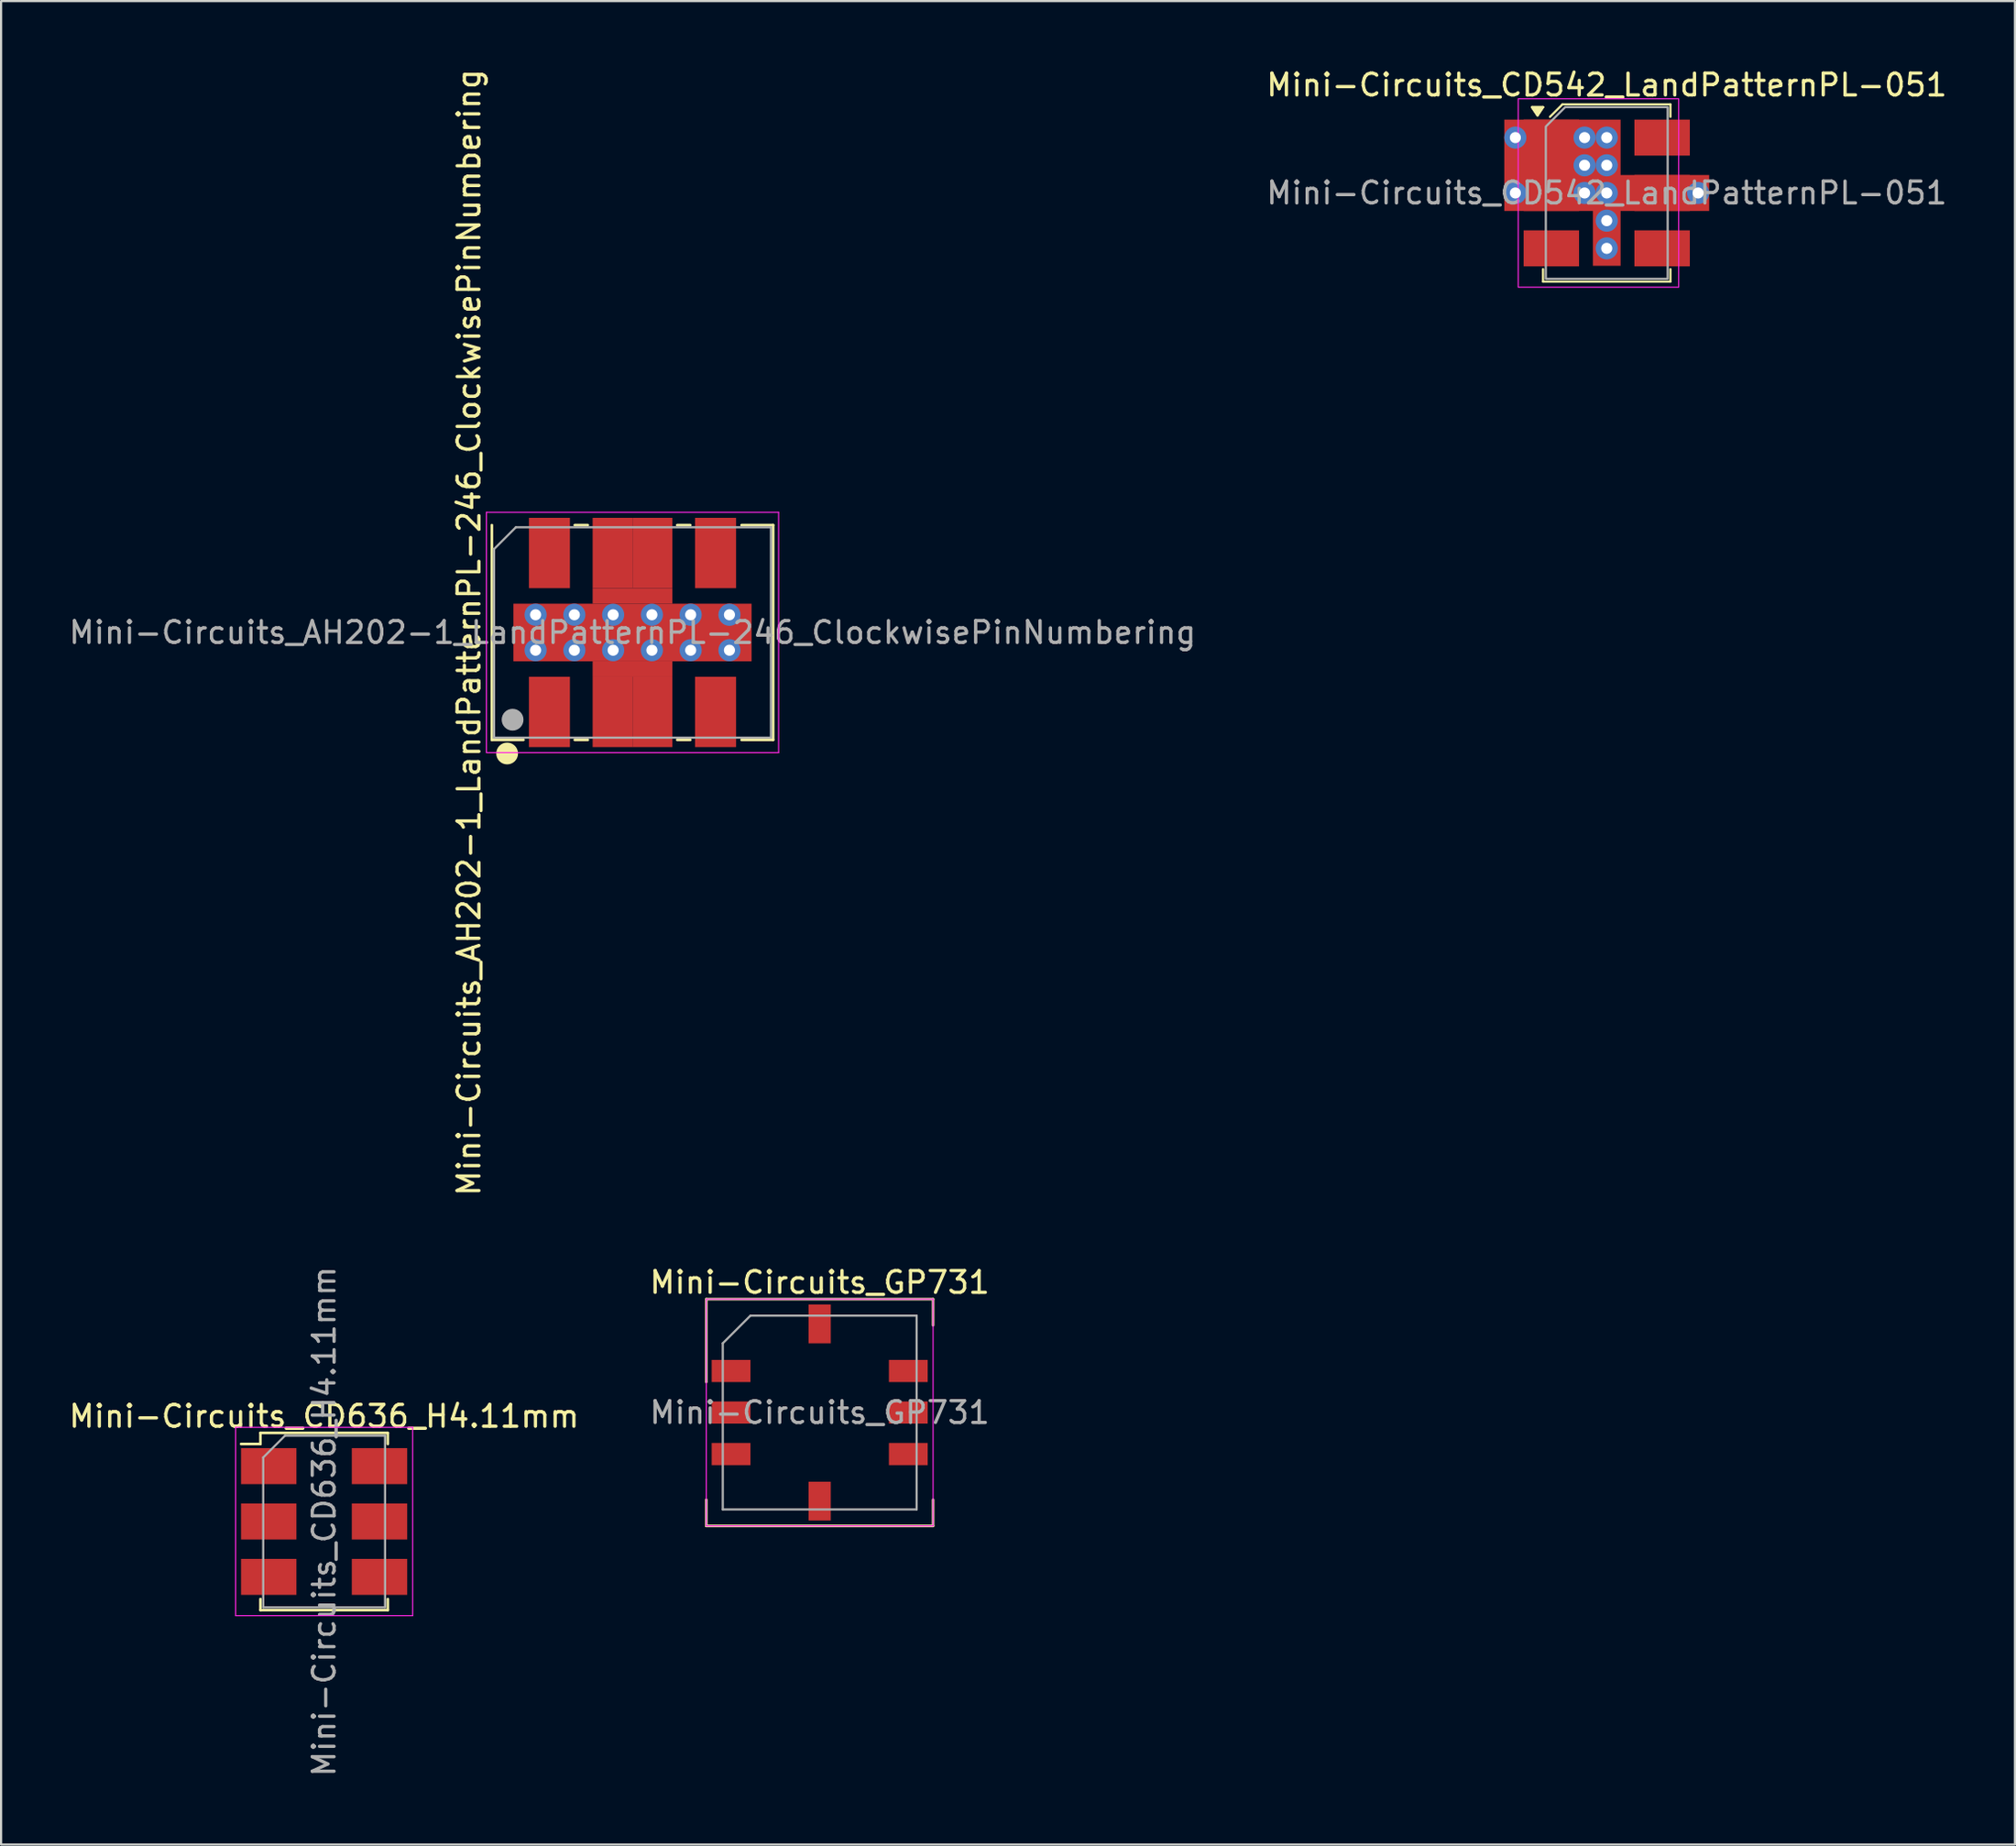
<source format=kicad_pcb>
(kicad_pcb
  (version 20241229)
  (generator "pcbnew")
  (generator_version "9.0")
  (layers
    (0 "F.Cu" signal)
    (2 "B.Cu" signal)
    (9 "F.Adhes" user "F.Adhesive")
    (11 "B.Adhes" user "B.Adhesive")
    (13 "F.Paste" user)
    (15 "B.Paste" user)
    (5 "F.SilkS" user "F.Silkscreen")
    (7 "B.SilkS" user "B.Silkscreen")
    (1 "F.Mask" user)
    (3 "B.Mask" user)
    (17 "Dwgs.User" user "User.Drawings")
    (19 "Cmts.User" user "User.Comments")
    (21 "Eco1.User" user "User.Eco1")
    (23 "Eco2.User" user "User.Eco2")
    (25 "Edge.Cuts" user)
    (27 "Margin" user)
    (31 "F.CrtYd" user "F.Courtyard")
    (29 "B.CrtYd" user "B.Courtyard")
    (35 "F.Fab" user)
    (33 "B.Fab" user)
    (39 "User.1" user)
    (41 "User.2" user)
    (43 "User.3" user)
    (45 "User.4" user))
  (footprint "Mini-Circuits_CD636_H4.11mm"
    (layer "F.Cu")
    (at 11.815 66.732)
    (property "Reference" "Mini-Circuits_CD636_H4.11mm" (at 0 -4.826 0) (layer "F.SilkS") (effects (font (size 1 1) (thickness 0.15))))
    (attr smd)
    (fp_line (start -2.921 -4.064) (end -2.921 -3.556) (stroke (width 0.12) (type solid)) (layer "F.SilkS"))
    (fp_line (start -2.921 -3.556) (end -3.81 -3.556) (stroke (width 0.12) (type solid)) (layer "F.SilkS"))
    (fp_line (start -2.921 3.556) (end -2.921 4.064) (stroke (width 0.12) (type solid)) (layer "F.SilkS"))
    (fp_line (start -2.921 4.064) (end 2.921 4.064) (stroke (width 0.12) (type solid)) (layer "F.SilkS"))
    (fp_line (start 2.921 -4.064) (end -2.921 -4.064) (stroke (width 0.12) (type solid)) (layer "F.SilkS"))
    (fp_line (start 2.921 -3.556) (end 2.921 -4.064) (stroke (width 0.12) (type solid)) (layer "F.SilkS"))
    (fp_line (start 2.921 4.064) (end 2.921 3.556) (stroke (width 0.12) (type solid)) (layer "F.SilkS"))
    (fp_line (start -4.06 4.32) (end -4.06 -4.32) (stroke (width 0.05) (type solid)) (layer "F.CrtYd"))
    (fp_line (start 4.06 -4.32) (end -4.06 -4.32) (stroke (width 0.05) (type solid)) (layer "F.CrtYd"))
    (fp_line (start 4.06 4.32) (end -4.06 4.32) (stroke (width 0.05) (type solid)) (layer "F.CrtYd"))
    (fp_line (start 4.06 4.32) (end 4.06 -4.32) (stroke (width 0.05) (type solid)) (layer "F.CrtYd"))
    (fp_line (start -2.794 3.937) (end -2.794 -2.937) (stroke (width 0.1) (type solid)) (layer "F.Fab"))
    (fp_line (start -1.794 -3.937) (end -2.794 -2.937) (stroke (width 0.1) (type solid)) (layer "F.Fab"))
    (fp_line (start -1.794 -3.937) (end 2.794 -3.937) (stroke (width 0.1) (type solid)) (layer "F.Fab"))
    (fp_line (start 2.794 -3.937) (end 2.794 3.937) (stroke (width 0.1) (type solid)) (layer "F.Fab"))
    (fp_line (start 2.794 3.937) (end -2.794 3.937) (stroke (width 0.1) (type solid)) (layer "F.Fab"))
    (fp_text user "${REFERENCE}" (at 0 0 90) (layer "F.Fab") (effects (font (size 1 1) (thickness 0.15))))
    (pad "1" smd rect (at -2.54 -2.54) (size 2.54 1.65) (layers "F.Cu" "F.Mask" "F.Paste"))
    (pad "2" smd rect (at -2.54 0) (size 2.54 1.65) (layers "F.Cu" "F.Mask" "F.Paste"))
    (pad "3" smd rect (at -2.54 2.54) (size 2.54 1.65) (layers "F.Cu" "F.Mask" "F.Paste"))
    (pad "4" smd rect (at 2.54 2.54) (size 2.54 1.65) (layers "F.Cu" "F.Mask" "F.Paste"))
    (pad "5" smd rect (at 2.54 0) (size 2.54 1.65) (layers "F.Cu" "F.Mask" "F.Paste"))
    (pad "6" smd rect (at 2.54 -2.54) (size 2.54 1.65) (layers "F.Cu" "F.Mask" "F.Paste")))
  (footprint "Mini-Circuits_AH202-1_LandPatternPL-246_ClockwisePinNumbering"
    (layer "F.Cu")
    (at 25.958 25.958)
    (property "Reference" "Mini-Circuits_AH202-1_LandPatternPL-246_ClockwisePinNumbering" (at -7.5 0 90) (layer "F.SilkS") (effects (font (size 1 1) (thickness 0.15))))
    (attr smd)
    (fp_line (start -6.45 -4.925) (end -6.45 4.925) (stroke (width 0.12) (type solid)) (layer "F.SilkS"))
    (fp_line (start -6.45 4.925) (end -5 4.925) (stroke (width 0.12) (type solid)) (layer "F.SilkS"))
    (fp_line (start -2.65 -4.925) (end -2.05 -4.925) (stroke (width 0.12) (type solid)) (layer "F.SilkS"))
    (fp_line (start -2.65 4.925) (end -2.05 4.925) (stroke (width 0.12) (type solid)) (layer "F.SilkS"))
    (fp_line (start 2.65 -4.925) (end 2.05 -4.925) (stroke (width 0.12) (type solid)) (layer "F.SilkS"))
    (fp_line (start 2.65 4.925) (end 2.05 4.925) (stroke (width 0.12) (type solid)) (layer "F.SilkS"))
    (fp_line (start 6.45 -4.925) (end 5 -4.925) (stroke (width 0.12) (type solid)) (layer "F.SilkS"))
    (fp_line (start 6.45 4.925) (end 5 4.925) (stroke (width 0.12) (type solid)) (layer "F.SilkS"))
    (fp_line (start 6.45 4.925) (end 6.45 -4.925) (stroke (width 0.12) (type solid)) (layer "F.SilkS"))
    (fp_circle (center -5.75 5.55) (end -5.5 5.55) (stroke (width 0.5) (type solid)) (fill no) (layer "F.SilkS"))
    (fp_line (start -6.7 -5.51) (end -6.7 5.51) (stroke (width 0.05) (type solid)) (layer "F.CrtYd"))
    (fp_line (start -6.7 5.51) (end 6.7 5.51) (stroke (width 0.05) (type solid)) (layer "F.CrtYd"))
    (fp_line (start 6.7 -5.51) (end -6.7 -5.51) (stroke (width 0.05) (type solid)) (layer "F.CrtYd"))
    (fp_line (start 6.7 5.51) (end 6.7 -5.51) (stroke (width 0.05) (type solid)) (layer "F.CrtYd"))
    (fp_line (start -6.35 -3.825) (end -5.35 -4.825) (stroke (width 0.1) (type solid)) (layer "F.Fab"))
    (fp_line (start -6.35 4.825) (end -6.35 -3.825) (stroke (width 0.1) (type solid)) (layer "F.Fab"))
    (fp_line (start -5.35 -4.825) (end 6.35 -4.825) (stroke (width 0.1) (type solid)) (layer "F.Fab"))
    (fp_line (start 6.35 -4.825) (end 6.35 4.825) (stroke (width 0.1) (type solid)) (layer "F.Fab"))
    (fp_line (start 6.35 4.825) (end -6.35 4.825) (stroke (width 0.1) (type solid)) (layer "F.Fab"))
    (fp_circle (center -5.5 4) (end -5.25 4) (stroke (width 0.5) (type solid)) (fill no) (layer "F.Fab"))
    (fp_text user "${REFERENCE}" (at 0 0 0) (layer "F.Fab") (effects (font (size 1 1) (thickness 0.15))))
    (pad "" smd rect (at -5.334 0) (size 0.635 2.54) (drill (offset 0.318 0)) (layers "F.Paste"))
    (pad "" smd rect (at -3.556 0) (size 1.27 2.54) (layers "F.Paste"))
    (pad "" smd rect (at -1.778 0) (size 1.27 2.54) (layers "F.Paste"))
    (pad "" smd rect (at -0.914 -4.445) (size 1.524 1.524) (layers "F.Paste"))
    (pad "" smd rect (at -0.914 -2.477) (size 1.524 1.524) (layers "F.Paste"))
    (pad "" smd rect (at -0.914 2.477 180) (size 1.524 1.524) (layers "F.Paste"))
    (pad "" smd rect (at -0.914 4.445 180) (size 1.524 1.524) (layers "F.Paste"))
    (pad "" smd rect (at 0 0) (size 1.27 2.54) (layers "F.Paste"))
    (pad "" smd rect (at 0.914 -4.445) (size 1.524 1.524) (layers "F.Paste"))
    (pad "" smd rect (at 0.914 -2.477) (size 1.524 1.524) (layers "F.Paste"))
    (pad "" smd rect (at 0.914 2.477 180) (size 1.524 1.524) (layers "F.Paste"))
    (pad "" smd rect (at 0.914 4.445 180) (size 1.524 1.524) (layers "F.Paste"))
    (pad "" smd rect (at 1.778 0) (size 1.27 2.54) (layers "F.Paste"))
    (pad "" smd rect (at 3.556 0) (size 1.27 2.54) (layers "F.Paste"))
    (pad "" smd rect (at 5.334 0) (size 0.635 2.54) (drill (offset -0.318 0)) (layers "F.Paste"))
    (pad "1" smd rect (at -3.81 -3.645) (size 1.88 3.226) (layers "F.Cu" "F.Mask" "F.Paste"))
    (pad "2" thru_hole circle (at -4.445 -0.813) (size 1.016 1.016) (drill 0.508) (layers "*.Cu" "*.Mask"))
    (pad "2" thru_hole circle (at -4.445 0.813) (size 1.016 1.016) (drill 0.508) (layers "*.Cu" "*.Mask"))
    (pad "2" thru_hole circle (at -2.667 -0.813) (size 1.016 1.016) (drill 0.508) (layers "*.Cu" "*.Mask"))
    (pad "2" thru_hole circle (at -2.667 0.813) (size 1.016 1.016) (drill 0.508) (layers "*.Cu" "*.Mask"))
    (pad "2" smd rect (at -0.914 -3.645) (size 1.829 3.226) (layers "F.Cu" "F.Mask"))
    (pad "2" thru_hole circle (at -0.889 -0.813) (size 1.016 1.016) (drill 0.508) (layers "*.Cu" "*.Mask"))
    (pad "2" thru_hole circle (at -0.889 0.813) (size 1.016 1.016) (drill 0.508) (layers "*.Cu" "*.Mask"))
    (pad "2" smd rect (at 0 -1.676) (size 3.658 0.711) (layers "F.Cu" "F.Mask"))
    (pad "2" smd rect (at 0 0) (size 10.922 2.642) (layers "F.Cu" "F.Mask"))
    (pad "2" smd rect (at 0 1.676) (size 3.658 0.711) (layers "F.Cu" "F.Mask"))
    (pad "2" thru_hole circle (at 0.889 -0.813) (size 1.016 1.016) (drill 0.508) (layers "*.Cu" "*.Mask"))
    (pad "2" thru_hole circle (at 0.889 0.813) (size 1.016 1.016) (drill 0.508) (layers "*.Cu" "*.Mask"))
    (pad "2" thru_hole circle (at 2.667 -0.813) (size 1.016 1.016) (drill 0.508) (layers "*.Cu" "*.Mask"))
    (pad "2" thru_hole circle (at 2.667 0.813) (size 1.016 1.016) (drill 0.508) (layers "*.Cu" "*.Mask"))
    (pad "2" thru_hole circle (at 4.445 -0.813) (size 1.016 1.016) (drill 0.508) (layers "*.Cu" "*.Mask"))
    (pad "2" thru_hole circle (at 4.445 0.813) (size 1.016 1.016) (drill 0.508) (layers "*.Cu" "*.Mask"))
    (pad "3" smd rect (at 0.914 -3.645) (size 1.829 3.226) (layers "F.Cu" "F.Mask"))
    (pad "4" smd rect (at 3.81 -3.645) (size 1.88 3.226) (layers "F.Cu" "F.Mask" "F.Paste"))
    (pad "5" smd rect (at 3.81 3.645) (size 1.88 3.226) (layers "F.Cu" "F.Mask" "F.Paste"))
    (pad "6" smd rect (at 0.914 3.645) (size 1.829 3.226) (layers "F.Cu" "F.Mask"))
    (pad "7" smd rect (at -0.914 3.645) (size 1.829 3.226) (layers "F.Cu" "F.Mask"))
    (pad "8" smd rect (at -3.81 3.645) (size 1.88 3.226) (layers "F.Cu" "F.Mask" "F.Paste")))
  (footprint "Mini-Circuits_CD542_LandPatternPL-051"
    (layer "F.Cu")
    (at 70.637 5.801)
    (property "Reference" "Mini-Circuits_CD542_LandPatternPL-051" (at 0 -4.953 0) (unlocked yes) (layer "F.SilkS") (effects (font (size 1 1) (thickness 0.15))))
    (attr smd)
    (fp_line (start -3.429 -3.937) (end -3.175 -3.556) (stroke (width 0.1) (type default)) (layer "F.SilkS"))
    (fp_line (start -3.175 -3.556) (end -2.921 -3.937) (stroke (width 0.1) (type default)) (layer "F.SilkS"))
    (fp_line (start -2.921 -3.937) (end -3.429 -3.937) (stroke (width 0.1) (type default)) (layer "F.SilkS"))
    (fp_line (start -2.921 4.064) (end -2.921 3.493) (stroke (width 0.1) (type default)) (layer "F.SilkS"))
    (fp_line (start -2.032 -4.064) (end -2.603 -3.493) (stroke (width 0.1) (type default)) (layer "F.SilkS"))
    (fp_line (start 2.921 -4.064) (end -2.032 -4.064) (stroke (width 0.1) (type default)) (layer "F.SilkS"))
    (fp_line (start 2.921 -3.493) (end 2.921 -4.064) (stroke (width 0.1) (type default)) (layer "F.SilkS"))
    (fp_line (start 2.921 3.493) (end 2.921 4.064) (stroke (width 0.1) (type default)) (layer "F.SilkS"))
    (fp_line (start 2.921 4.064) (end -2.921 4.064) (stroke (width 0.1) (type default)) (layer "F.SilkS"))
    (fp_poly (pts (xy -3.429 -3.937) (xy -2.921 -3.937) (xy -3.175 -3.556)) (stroke (width 0.1) (type solid)) (fill yes) (layer "F.SilkS"))
    (fp_rect (start -4.06 -4.32) (end 3.3 4.32) (stroke (width 0.05) (type default)) (fill no) (layer "F.CrtYd"))
    (fp_poly (pts (xy 2.794 -3.937) (xy 2.794 3.937) (xy -2.794 3.937) (xy -2.794 -3.048) (xy -1.905 -3.937)) (stroke (width 0.1) (type solid)) (fill no) (layer "F.Fab"))
    (fp_text user "${REFERENCE}" (at 0 0 0) (unlocked yes) (layer "F.Fab") (effects (font (size 1 1) (thickness 0.15))))
    (pad "1" thru_hole circle (at -4.191 -2.54 270) (size 1.016 1.016) (drill 0.508) (layers "*.Cu"))
    (pad "1" thru_hole circle (at -4.191 0 270) (size 1.016 1.016) (drill 0.508) (layers "*.Cu"))
    (pad "1" smd custom (at -2.721 -1.399) (size 0.647 0.647) (layers "F.Cu" "F.Mask" "F.Paste") (options (anchor circle)) (primitives (gr_poly (pts (xy -0.632 -0.162) (xy -0.62 -0.224) (xy -0.585 -0.276) (xy -0.532 -0.311) (xy -0.47 -0.324) (xy 0.47 -0.324) (xy 0.532 -0.311) (xy 0.585 -0.276) (xy 0.62 -0.224) (xy 0.632 -0.162) (xy 0.632 0.162) (xy 0.62 0.224) (xy 0.585 0.276) (xy 0.532 0.311) (xy 0.47 0.324) (xy -0.47 0.324) (xy -0.532 0.311) (xy -0.585 0.276) (xy -0.62 0.224) (xy -0.632 0.162)) (width 0) (fill yes)) (gr_poly (pts (xy 2.086 2.225) (xy 2.086 4.739) (xy 3.356 4.739) (xy 3.356 2.225) (xy 7.42 2.225) (xy 7.42 0.574) (xy 3.356 0.574) (xy 3.356 -1.966) (xy -1.978 -1.966) (xy -1.978 2.225)) (width 0.000025) (fill yes))))
    (pad "1" smd rect (at -2.54 -2.54 270) (size 1.651 2.54) (layers "F.Cu" "F.Mask" "F.Paste"))
    (pad "1" thru_hole circle (at -1.016 -2.54 270) (size 1.016 1.016) (drill 0.508) (layers "*.Cu"))
    (pad "1" thru_hole circle (at -1.016 -1.27 270) (size 1.016 1.016) (drill 0.508) (layers "*.Cu"))
    (pad "1" thru_hole circle (at -1.016 0 270) (size 1.016 1.016) (drill 0.508) (layers "*.Cu"))
    (pad "1" thru_hole circle (at 0 -2.54 270) (size 1.016 1.016) (drill 0.508) (layers "*.Cu"))
    (pad "1" thru_hole circle (at 0 -1.27 270) (size 1.016 1.016) (drill 0.508) (layers "*.Cu"))
    (pad "1" thru_hole circle (at 0 0 270) (size 1.016 1.016) (drill 0.508) (layers "*.Cu"))
    (pad "1" thru_hole circle (at 0 1.27 270) (size 1.016 1.016) (drill 0.508) (layers "*.Cu"))
    (pad "1" thru_hole circle (at 0 2.54 270) (size 1.016 1.016) (drill 0.508) (layers "*.Cu"))
    (pad "1" thru_hole circle (at 4.191 0 270) (size 1.016 1.016) (drill 0.508) (layers "*.Cu"))
    (pad "2" smd rect (at -2.54 0 270) (size 1.651 2.54) (layers "F.Cu" "F.Mask" "F.Paste"))
    (pad "3" smd rect (at -2.54 2.54 270) (size 1.651 2.54) (layers "F.Cu" "F.Mask" "F.Paste"))
    (pad "4" smd rect (at 2.54 2.54 270) (size 1.651 2.54) (layers "F.Cu" "F.Mask" "F.Paste"))
    (pad "5" smd rect (at 2.54 0 270) (size 1.651 2.54) (layers "F.Cu" "F.Mask" "F.Paste"))
    (pad "6" smd rect (at 2.54 -2.54 270) (size 1.651 2.54) (layers "F.Cu" "F.Mask" "F.Paste")))
  (footprint "Mini-Circuits_GP731"
    (layer "F.Cu")
    (at 34.542 61.734)
    (property "Reference" "Mini-Circuits_GP731" (at 0 -5.969 0) (layer "F.SilkS") (effects (font (size 1 1) (thickness 0.15))))
    (attr smd)
    (fp_line (start -5.2 -5.2) (end -5.2 -1.4) (stroke (width 0.12) (type solid)) (layer "F.SilkS"))
    (fp_line (start -5.2 -5.2) (end 5.2 -5.2) (stroke (width 0.12) (type solid)) (layer "F.SilkS"))
    (fp_line (start -5.2 4) (end -5.2 5.2) (stroke (width 0.12) (type solid)) (layer "F.SilkS"))
    (fp_line (start 5.2 -4) (end 5.2 -5.2) (stroke (width 0.12) (type solid)) (layer "F.SilkS"))
    (fp_line (start 5.2 5.2) (end -5.2 5.2) (stroke (width 0.12) (type solid)) (layer "F.SilkS"))
    (fp_line (start 5.2 5.2) (end 5.2 4) (stroke (width 0.12) (type solid)) (layer "F.SilkS"))
    (fp_line (start -5.2 -5.2) (end -5.2 5.2) (stroke (width 0.05) (type solid)) (layer "F.CrtYd"))
    (fp_line (start -5.2 -5.2) (end 5.2 -5.2) (stroke (width 0.05) (type solid)) (layer "F.CrtYd"))
    (fp_line (start 5.2 5.2) (end -5.2 5.2) (stroke (width 0.05) (type solid)) (layer "F.CrtYd"))
    (fp_line (start 5.2 5.2) (end 5.2 -5.2) (stroke (width 0.05) (type solid)) (layer "F.CrtYd"))
    (fp_line (start -4.445 -3.175) (end -3.175 -4.445) (stroke (width 0.1) (type solid)) (layer "F.Fab"))
    (fp_line (start -4.445 4.445) (end -4.445 -3.175) (stroke (width 0.1) (type solid)) (layer "F.Fab"))
    (fp_line (start -3.175 -4.445) (end 4.445 -4.445) (stroke (width 0.1) (type solid)) (layer "F.Fab"))
    (fp_line (start 4.445 -4.445) (end 4.445 4.445) (stroke (width 0.1) (type solid)) (layer "F.Fab"))
    (fp_line (start 4.445 4.445) (end -4.445 4.445) (stroke (width 0.1) (type solid)) (layer "F.Fab"))
    (fp_text user "${REFERENCE}" (at 0 0 0) (layer "F.Fab") (effects (font (size 1 1) (thickness 0.15))))
    (pad "1" smd rect (at -4.064 -1.905 180) (size 1.778 1.016) (layers "F.Cu" "F.Mask" "F.Paste"))
    (pad "2" smd rect (at -4.064 0 180) (size 1.778 1.016) (layers "F.Cu" "F.Mask" "F.Paste"))
    (pad "3" smd rect (at -4.064 1.905 180) (size 1.778 1.016) (layers "F.Cu" "F.Mask" "F.Paste"))
    (pad "4" smd rect (at 0 4.064 270) (size 1.778 1.016) (layers "F.Cu" "F.Mask" "F.Paste"))
    (pad "5" smd rect (at 4.064 1.905) (size 1.778 1.016) (layers "F.Cu" "F.Mask" "F.Paste"))
    (pad "6" smd rect (at 4.064 0) (size 1.778 1.016) (layers "F.Cu" "F.Mask" "F.Paste"))
    (pad "7" smd rect (at 4.064 -1.905) (size 1.778 1.016) (layers "F.Cu" "F.Mask" "F.Paste"))
    (pad "8" smd rect (at 0 -4.064 270) (size 1.778 1.016) (layers "F.Cu" "F.Mask" "F.Paste")))
  (gr_rect
    (start -3 -3)
    (end 89.357 81.548)
    (stroke (width 0.1) (type default))
    (fill no)
    (layer "Edge.Cuts")))
</source>
